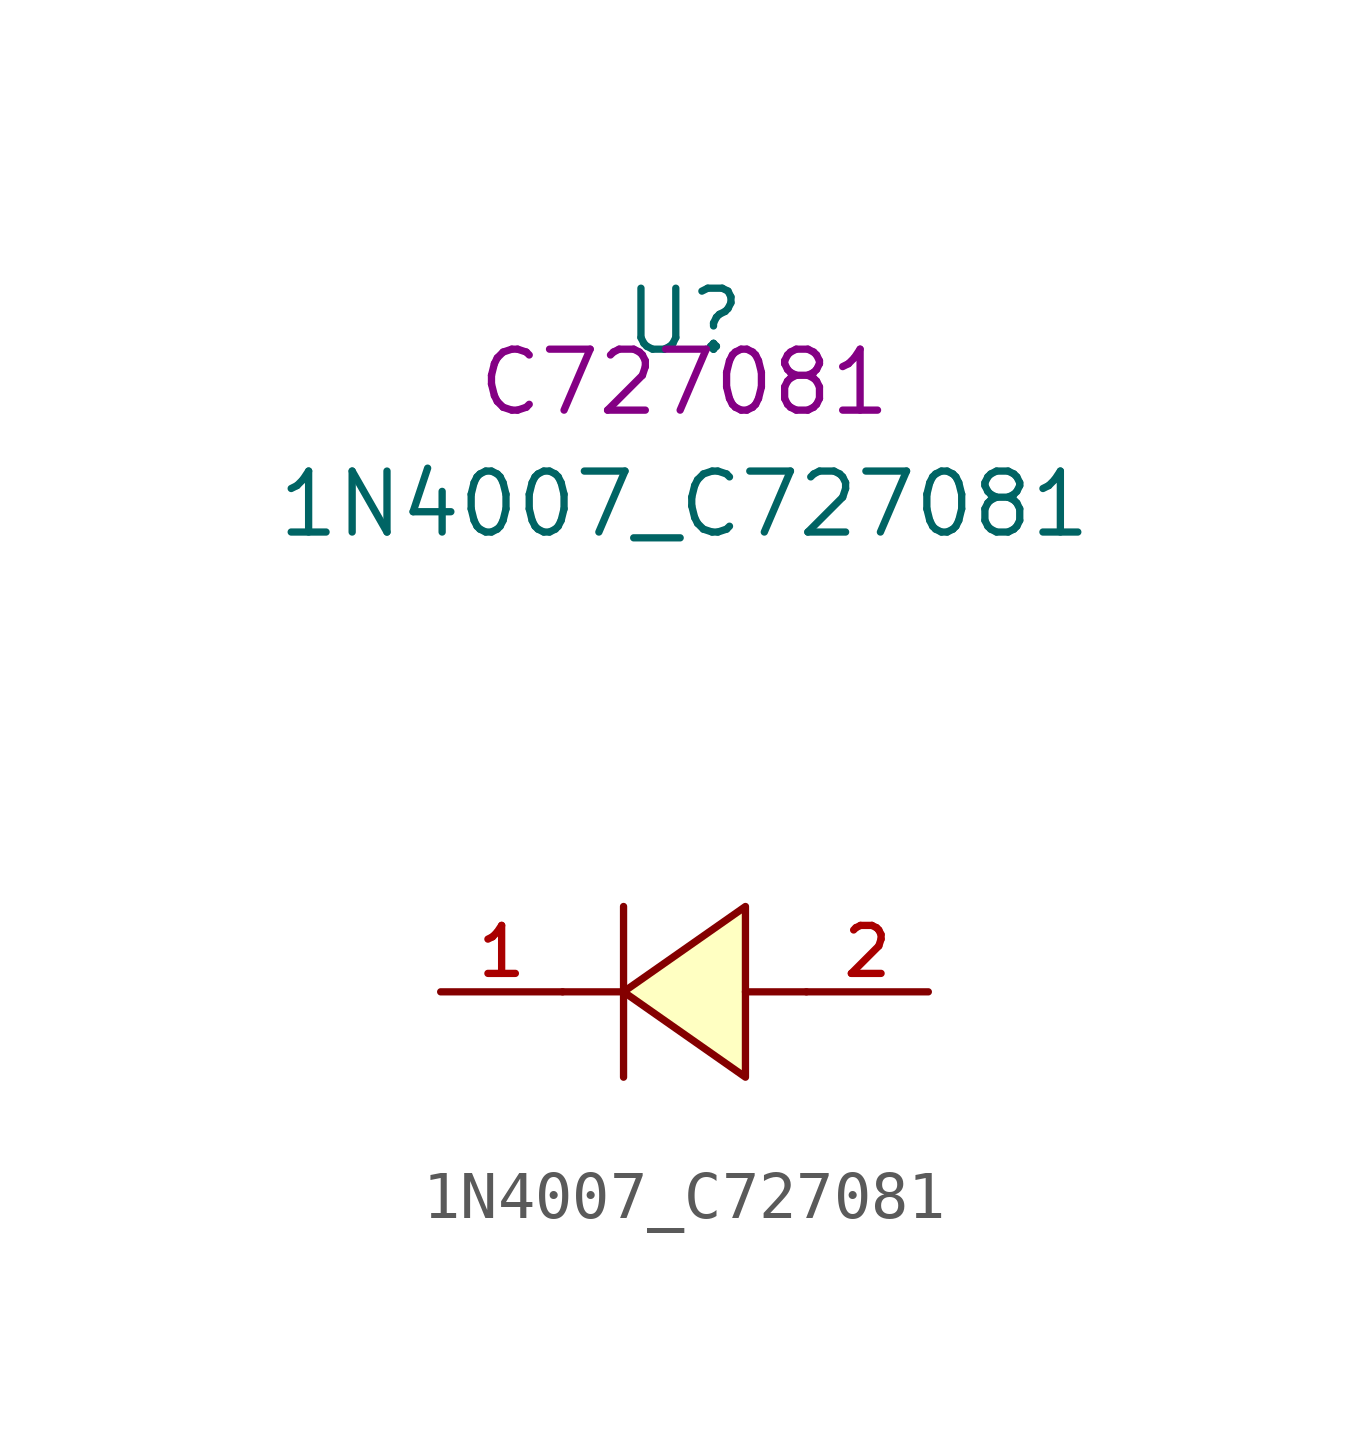
<source format=kicad_sym>
(kicad_symbol_lib
  (version 20210201)
  (generator TousstNicolas/JLC2KiCad_lib)
  (symbol "1N4007_C727081"
    (pin_names hide)
    (property "Reference" "U"
      (at 0 1.27 0)
      (effects (font (size 1.27 1.27))))
    (property "Value" "1N4007_C727081"
      (at 0 -2.54 0)
      (effects (font (size 1.27 1.27))))
    (property "LCSC" "C727081"
      (at 0 0 0)
      (effects (font (size 1.27 1.27))))
    (symbol "1N4007_C727081_0_0"
      (pin unspecified line (at 5.08 -12.7 180) (length 2.54) (name "A" (effects (font (size 1 1)))) (number "2" (effects (font (size 1 1)))))
      (pin unspecified line (at -5.08 -12.7 0) (length 2.54) (name "K" (effects (font (size 1 1)))) (number "1" (effects (font (size 1 1)))))
      (polyline (pts (xy -1.27 -12.7) (xy -2.54 -12.7)) (stroke (width 0) (type default) (color 0 0 0 0)) (fill (type none)))
      (polyline (pts (xy 2.54 -12.7) (xy 1.27 -12.7)) (stroke (width 0) (type default) (color 0 0 0 0)) (fill (type none)))
      (polyline (pts (xy -1.27 -10.922) (xy -1.27 -14.478)) (stroke (width 0) (type default) (color 0 0 0 0)) (fill (type none)))
      (polyline (pts (xy 1.27 -10.922) (xy -1.27 -12.7) (xy 1.27 -14.478) (xy 1.27 -10.922)) (stroke (width 0) (type default) (color 0 0 0 0)) (fill (type background))))))
</source>
